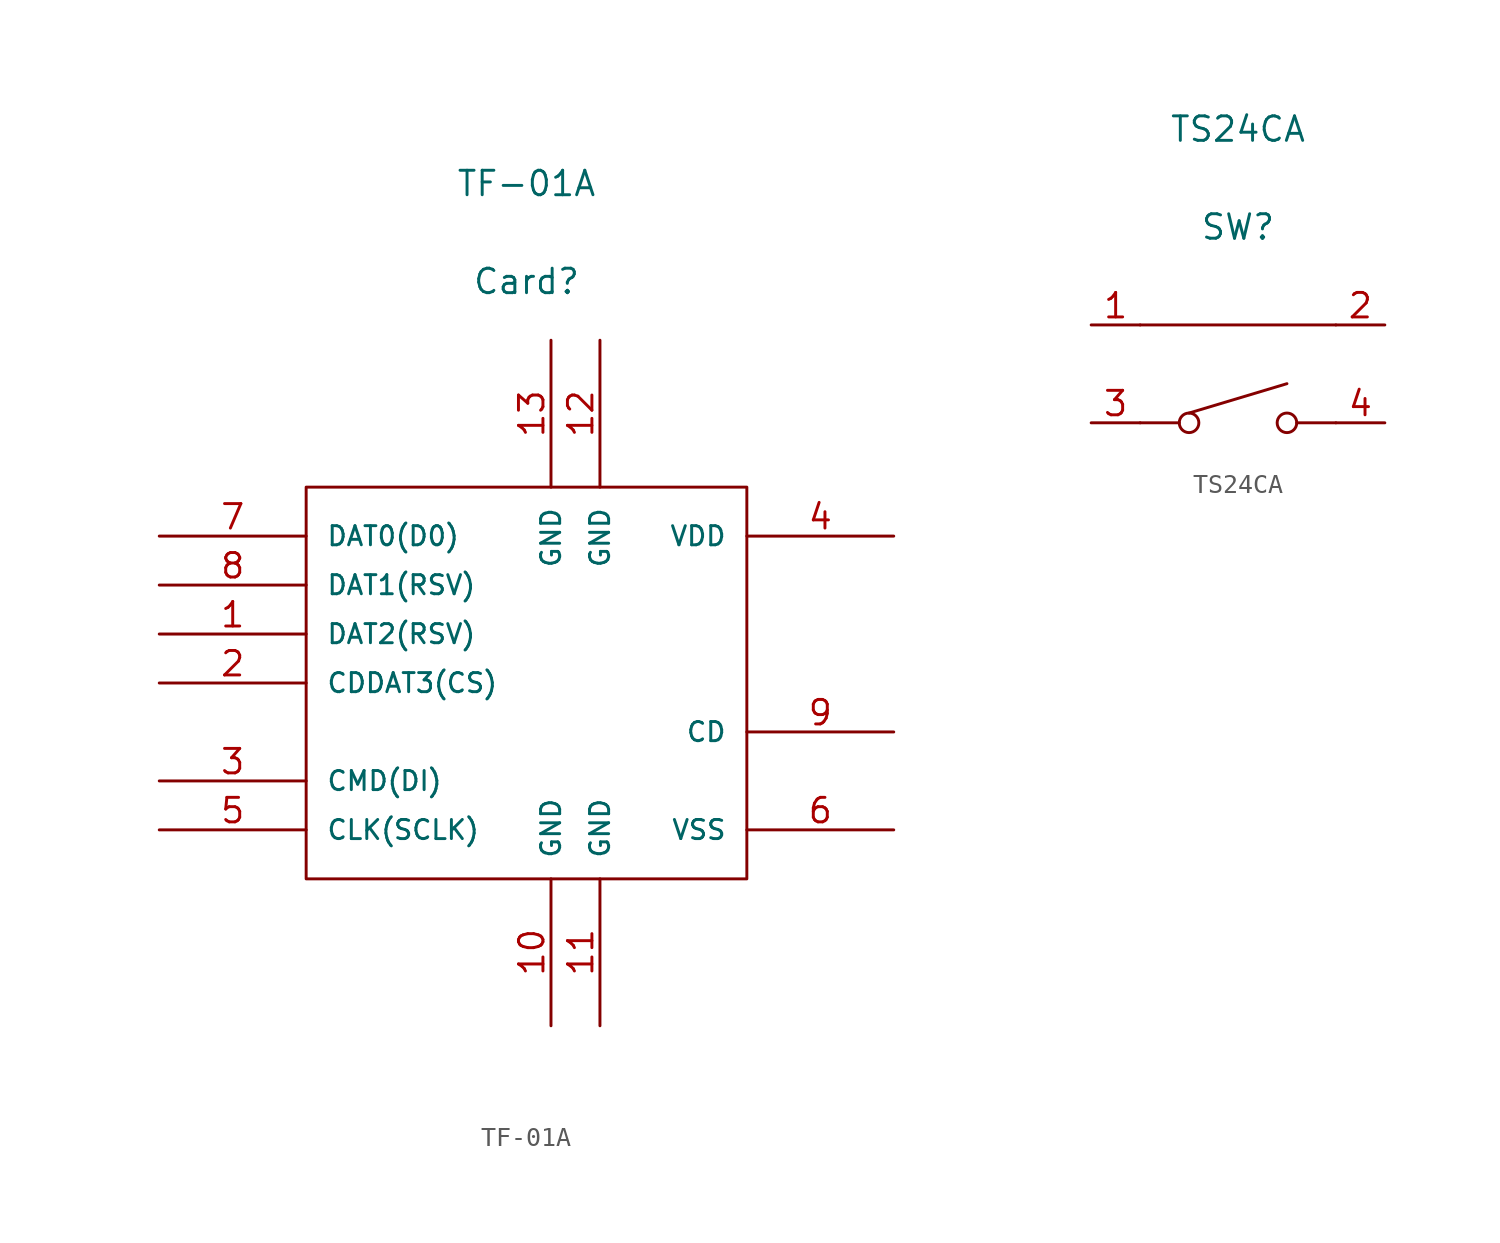
<source format=kicad_sym>
(kicad_symbol_lib
  (version 20231120)
  (generator "kicad_symbol_editor")
  (generator_version "8.0")
  (symbol "TF-01A"
    (pin_names
      (offset 1.016))
    (property "Reference" "Card"
      (at 0 20.828 0)
      (effects (font (size 1.27 1.27))))
    (property "Value" "TF-01A"
      (at 0 25.908 0)
      (effects (font (size 1.27 1.27))))
    (symbol "TF-01A_1_1"
      (rectangle (start -11.43 10.16) (end 11.43 -10.16) (stroke (width 0.152) (type default)) (fill (type none)))
      (pin bidirectional line (at -19.05 2.54 0) (length 7.62) (name "DAT2(RSV)" (effects (font (size 0.991 0.991)))) (number "1" (effects (font (size 1.27 1.27)))))
      (pin input line (at 1.27 -17.78 90) (length 7.62) (name "GND" (effects (font (size 0.991 0.991)))) (number "10" (effects (font (size 1.27 1.27)))))
      (pin input line (at 3.81 -17.78 90) (length 7.62) (name "GND" (effects (font (size 0.991 0.991)))) (number "11" (effects (font (size 1.27 1.27)))))
      (pin input line (at 3.81 17.78 270) (length 7.62) (name "GND" (effects (font (size 0.991 0.991)))) (number "12" (effects (font (size 1.27 1.27)))))
      (pin input line (at 1.27 17.78 270) (length 7.62) (name "GND" (effects (font (size 0.991 0.991)))) (number "13" (effects (font (size 1.27 1.27)))))
      (pin bidirectional line (at -19.05 0 0) (length 7.62) (name "CDDAT3(CS)" (effects (font (size 0.991 0.991)))) (number "2" (effects (font (size 1.27 1.27)))))
      (pin input line (at -19.05 -5.08 0) (length 7.62) (name "CMD(DI)" (effects (font (size 0.991 0.991)))) (number "3" (effects (font (size 1.27 1.27)))))
      (pin input line (at 19.05 7.62 180) (length 7.62) (name "VDD" (effects (font (size 0.991 0.991)))) (number "4" (effects (font (size 1.27 1.27)))))
      (pin input line (at -19.05 -7.62 0) (length 7.62) (name "CLK(SCLK)" (effects (font (size 0.991 0.991)))) (number "5" (effects (font (size 1.27 1.27)))))
      (pin input line (at 19.05 -7.62 180) (length 7.62) (name "VSS" (effects (font (size 0.991 0.991)))) (number "6" (effects (font (size 1.27 1.27)))))
      (pin bidirectional line (at -19.05 7.62 0) (length 7.62) (name "DAT0(D0)" (effects (font (size 0.991 0.991)))) (number "7" (effects (font (size 1.27 1.27)))))
      (pin bidirectional line (at -19.05 5.08 0) (length 7.62) (name "DAT1(RSV)" (effects (font (size 0.991 0.991)))) (number "8" (effects (font (size 1.27 1.27)))))
      (pin input line (at 19.05 -2.54 180) (length 7.62) (name "CD" (effects (font (size 0.991 0.991)))) (number "9" (effects (font (size 1.27 1.27)))))))
  (symbol "TS24CA"
    (pin_names
      (offset 1.016) hide)
    (property "Reference" "SW"
      (at 0 7.62 0)
      (effects (font (size 1.27 1.27))))
    (property "Value" "TS24CA"
      (at 0 12.7 0)
      (effects (font (size 1.27 1.27))))
    (symbol "TS24CA_1_1"
      (circle (center -2.54 -2.54) (radius 0.508) (stroke (width 0.152) (type default)) (fill (type none)))
      (polyline (pts (xy -5.08 2.54) (xy 5.08 2.54)) (stroke (width 0.152) (type default)) (fill (type none)))
      (polyline (pts (xy -3.048 -2.54) (xy -5.08 -2.54)) (stroke (width 0.152) (type default)) (fill (type none)))
      (polyline (pts (xy 3.048 -2.54) (xy 5.08 -2.54)) (stroke (width 0.152) (type default)) (fill (type none)))
      (polyline (pts (xy -2.54 -2.032) (xy 2.54 -0.508) (xy 2.54 -0.508)) (stroke (width 0.152) (type default)) (fill (type none)))
      (circle (center 2.54 -2.54) (radius 0.508) (stroke (width 0.152) (type default)) (fill (type none)))
      (pin input line (at -7.62 2.54 0) (length 2.54) (name "1" (effects (font (size 1.27 1.27)))) (number "1" (effects (font (size 1.27 1.27)))))
      (pin input line (at 7.62 2.54 180) (length 2.54) (name "2" (effects (font (size 1.27 1.27)))) (number "2" (effects (font (size 1.27 1.27)))))
      (pin input line (at -7.62 -2.54 0) (length 2.54) (name "3" (effects (font (size 1.27 1.27)))) (number "3" (effects (font (size 1.27 1.27)))))
      (pin input line (at 7.62 -2.54 180) (length 2.54) (name "4" (effects (font (size 1.27 1.27)))) (number "4" (effects (font (size 1.27 1.27))))))))
</source>
